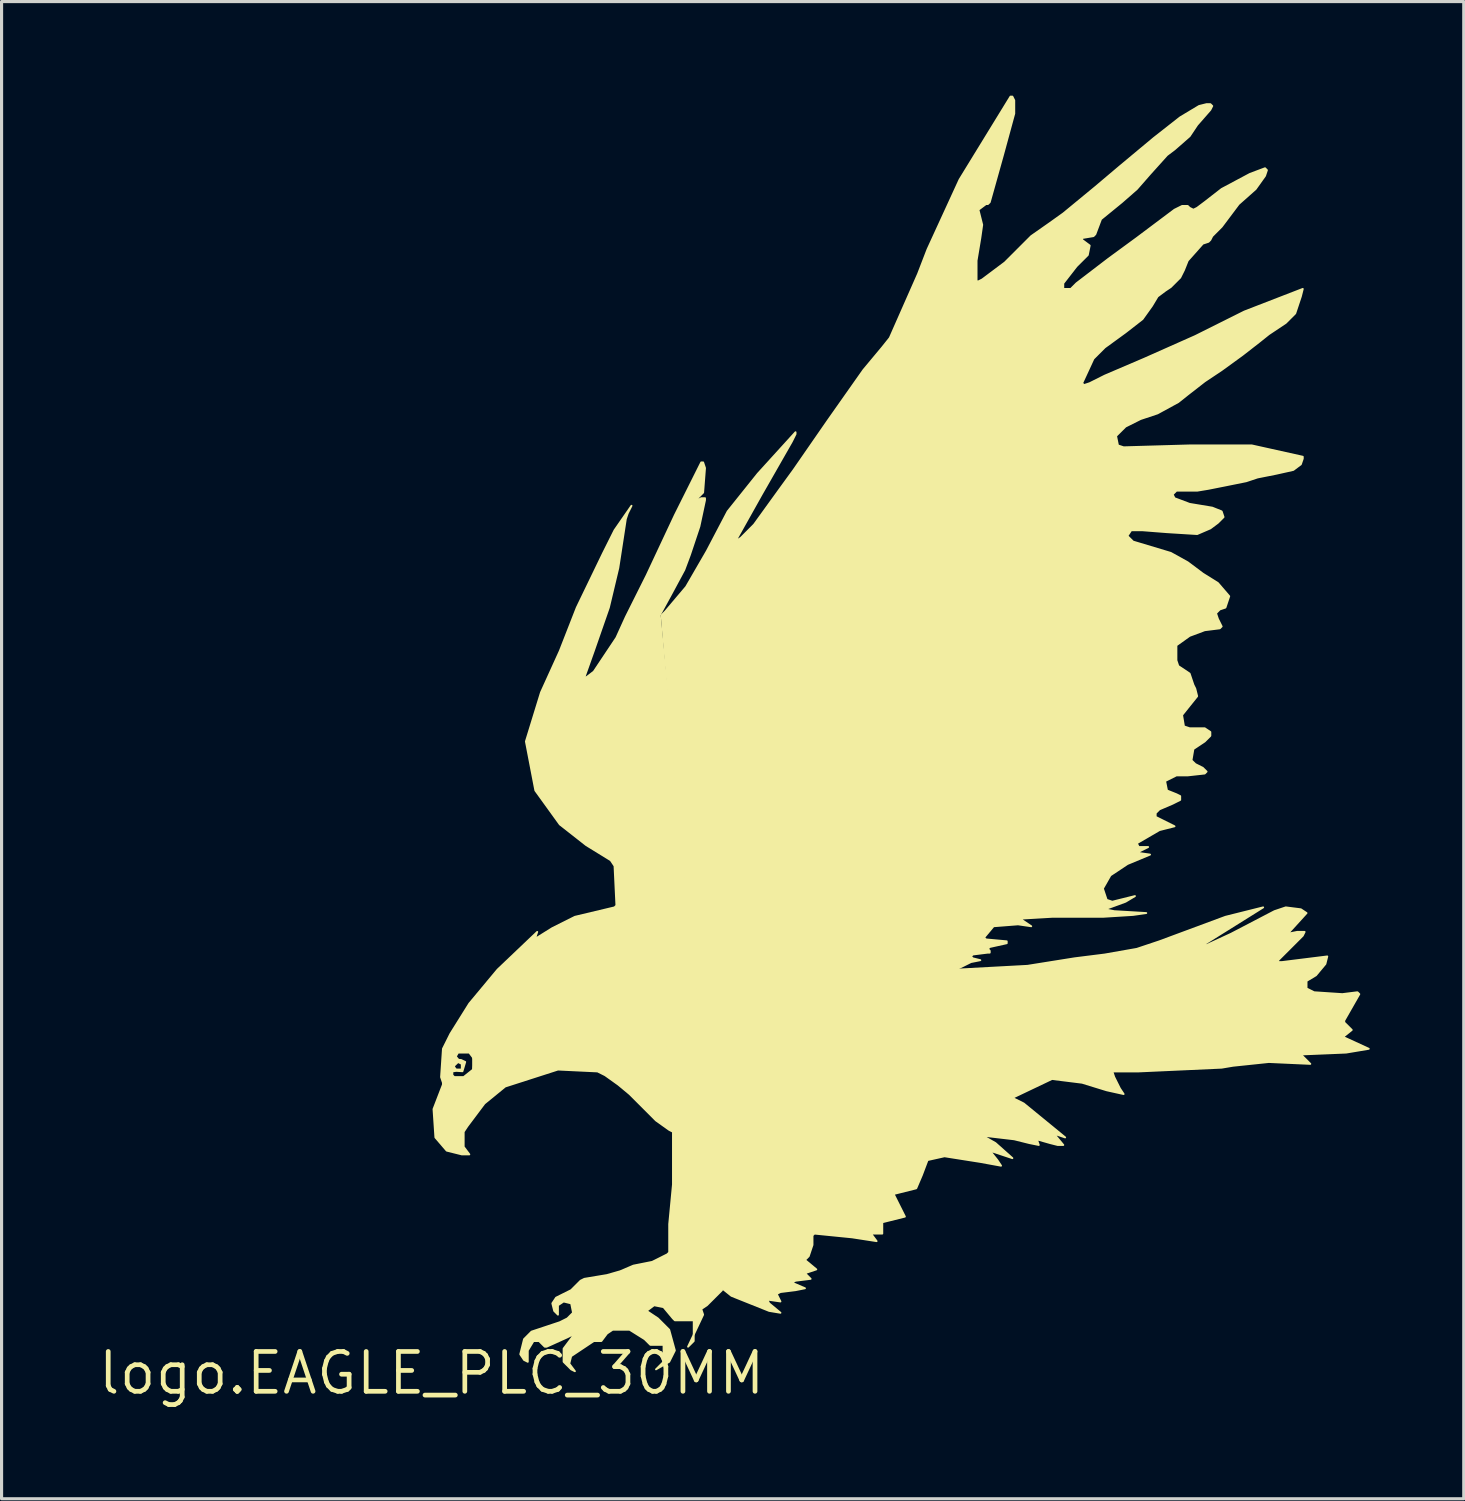
<source format=kicad_pcb>
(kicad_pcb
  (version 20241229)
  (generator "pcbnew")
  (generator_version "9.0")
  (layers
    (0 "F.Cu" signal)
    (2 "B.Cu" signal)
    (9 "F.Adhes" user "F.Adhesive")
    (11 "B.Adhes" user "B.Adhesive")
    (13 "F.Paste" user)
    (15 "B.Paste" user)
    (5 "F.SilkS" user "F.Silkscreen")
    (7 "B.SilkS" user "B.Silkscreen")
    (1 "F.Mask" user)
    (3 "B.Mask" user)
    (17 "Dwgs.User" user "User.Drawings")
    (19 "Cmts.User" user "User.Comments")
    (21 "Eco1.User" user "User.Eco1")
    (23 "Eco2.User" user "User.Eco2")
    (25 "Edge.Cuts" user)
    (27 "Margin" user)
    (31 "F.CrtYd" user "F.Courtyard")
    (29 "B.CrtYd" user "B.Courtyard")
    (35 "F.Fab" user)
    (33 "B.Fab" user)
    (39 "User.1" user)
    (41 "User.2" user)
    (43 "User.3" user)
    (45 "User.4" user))
  (footprint "logo.EAGLE_PLC_30MM"
    (layer "F.Cu")
    (at 10.712 40.731)
    (property "Reference" "logo.EAGLE_PLC_30MM" (at 0 0 0) (layer "F.SilkS") (effects (font (size 1.27 1.27) (thickness 0.15))))
    (fp_poly (pts (xy 0.601 -9.92) (xy 0.661 -10.04) (xy 0.781 -10.22) (xy 1.082 -10.341) (xy 1.383 -10.16) (xy 1.443 -9.679) (xy 1.142 -9.379) (xy 0.661 -9.379) (xy 0.541 -9.499) (xy 0.541 -9.8) (xy 0.661 -9.8) (xy 0.661 -9.679) (xy 0.661 -9.499) (xy 0.722 -9.439) (xy 1.022 -9.439) (xy 1.323 -9.679) (xy 1.383 -9.98) (xy 1.202 -10.22) (xy 0.842 -10.22) (xy 0.77 -10.095) (xy 0.856 -9.99) (xy 0.938 -9.984) (xy 1.071 -9.921) (xy 0.983 -9.625) (xy 0.783 -9.637) (xy 0.661 -9.619) (xy 0.726 -9.747) (xy 0.781 -9.679) (xy 0.962 -9.679) (xy 0.962 -9.86) (xy 0.842 -9.92) (xy 0.716 -9.8) (xy 0.722 -9.739)) (stroke (width 0.06) (type default)) (fill yes) (layer "F.SilkS"))
    (fp_poly (pts (xy 8.357 -12.806) (xy 16.774 -12.866) (xy 18.998 -12.986) (xy 20.501 -13.226) (xy 21.463 -13.347) (xy 22.485 -13.527) (xy 23.206 -13.768) (xy 25.31 -14.549) (xy 26.513 -14.85) (xy 24.589 -13.647) (xy 24.709 -13.647) (xy 25.491 -14.008) (xy 26.874 -14.729) (xy 27.234 -14.85) (xy 27.715 -14.789) (xy 27.896 -14.669) (xy 27.295 -14.008) (xy 27.595 -14.068) (xy 27.835 -14.068) (xy 27.776 -13.948) (xy 26.994 -13.166) (xy 26.994 -13.106) (xy 27.114 -13.106) (xy 28.557 -13.286) (xy 28.497 -13.046) (xy 28.196 -12.685) (xy 27.896 -12.505) (xy 27.896 -12.265) (xy 28.136 -12.144) (xy 29.038 -12.084) (xy 29.519 -12.144) (xy 29.579 -12.084) (xy 29.098 -11.242) (xy 29.098 -11.182) (xy 29.338 -10.942) (xy 29.038 -10.701) (xy 29.098 -10.701) (xy 29.88 -10.341) (xy 29.158 -10.22) (xy 27.715 -10.16) (xy 28.016 -9.86) (xy 26.693 -9.92) (xy 25.551 -9.8) (xy 25.19 -9.739) (xy 22.545 -9.619) (xy 21.703 -9.619) (xy 21.764 -9.439) (xy 21.944 -9.078) (xy 22.064 -8.898) (xy 21.523 -9.018) (xy 20.741 -9.259) (xy 19.78 -9.379) (xy 18.517 -8.777) (xy 18.878 -8.597) (xy 20.2 -7.515) (xy 19.84 -7.635) (xy 20.14 -7.274) (xy 19.96 -7.274) (xy 19.719 -7.335) (xy 19.298 -7.455) (xy 19.359 -7.274) (xy 19.058 -7.335) (xy 18.577 -7.455) (xy 17.555 -7.575) (xy 17.976 -7.335) (xy 18.517 -6.854) (xy 17.795 -7.094) (xy 18.036 -6.793) (xy 18.156 -6.613) (xy 17.495 -6.734) (xy 16.353 -6.914) (xy 15.812 -6.793) (xy 15.631 -6.313) (xy 15.451 -5.892) (xy 14.729 -5.711) (xy 15.09 -4.99) (xy 14.369 -4.81) (xy 14.369 -4.449) (xy 14.008 -4.449) (xy 14.188 -4.208) (xy 13.407 -4.329) (xy 12.204 -4.449) (xy 12.144 -4.389) (xy 12.144 -4.208) (xy 12.144 -4.088) (xy 12.024 -3.728) (xy 11.904 -3.607) (xy 12.265 -3.307) (xy 11.904 -3.186) (xy 12.084 -3.006) (xy 11.603 -2.946) (xy 11.483 -2.886) (xy 11.904 -2.705) (xy 11.603 -2.645) (xy 11.122 -2.585) (xy 11.002 -2.525) (xy 11.122 -2.284) (xy 10.701 -2.345) (xy 10.762 -2.224) (xy 11.122 -1.924) (xy 10.762 -1.984) (xy 9.559 -2.465) (xy 9.259 -2.705)) (stroke (width 0.06) (type default)) (fill yes) (layer "F.SilkS"))
    (fp_poly (pts (xy 3.066 -0.361) (xy 2.946 -0.421) (xy 2.826 -0.601) (xy 2.946 -1.082) (xy 3.186 -1.323) (xy 3.728 -1.503) (xy 4.088 -1.623) (xy 4.329 -1.744) (xy 4.509 -1.924) (xy 4.449 -2.224) (xy 4.208 -2.284) (xy 4.028 -2.164) (xy 4.028 -1.864) (xy 3.908 -1.984) (xy 3.848 -2.224) (xy 3.968 -2.405) (xy 4.208 -2.525) (xy 4.449 -2.645) (xy 4.569 -2.765) (xy 4.75 -2.946) (xy 4.87 -3.006) (xy 5.591 -3.126) (xy 6.012 -3.247) (xy 6.433 -3.427) (xy 6.734 -3.487) (xy 7.034 -3.547) (xy 7.515 -3.788) (xy 7.575 -3.848) (xy 7.575 -4.75) (xy 7.695 -6.012) (xy 7.695 -7.695) (xy 7.575 -7.756) (xy 7.154 -8.056) (xy 6.734 -8.477) (xy 6.313 -8.898) (xy 5.952 -9.198) (xy 5.531 -9.499) (xy 5.29 -9.619) (xy 4.028 -9.679) (xy 2.345 -9.138) (xy 1.683 -8.597) (xy 1.142 -7.876) (xy 1.022 -7.695) (xy 1.022 -7.214) (xy 1.202 -6.974) (xy 0.962 -6.974) (xy 0.481 -7.094) (xy 0.12 -7.515) (xy 0.06 -8.417) (xy 0.361 -9.198) (xy 0.361 -9.259) (xy 0.301 -9.439) (xy 0.361 -10.341) (xy 0.601 -10.822) (xy 1.202 -11.783) (xy 2.104 -12.866) (xy 3.367 -14.068) (xy 3.307 -13.888) (xy 3.367 -13.888) (xy 3.848 -14.188) (xy 4.569 -14.549) (xy 5.832 -14.85) (xy 5.892 -14.91) (xy 5.832 -16.172) (xy 5.711 -16.353) (xy 4.93 -16.834) (xy 4.088 -17.495) (xy 3.307 -18.577) (xy 3.006 -20.14) (xy 3.487 -21.703) (xy 4.088 -23.026) (xy 4.629 -24.409) (xy 5.471 -26.152) (xy 5.832 -26.874) (xy 6.373 -27.655) (xy 6.253 -27.415) (xy 6.192 -27.234) (xy 5.952 -25.671) (xy 5.651 -24.409) (xy 5.17 -23.026) (xy 4.87 -22.184) (xy 4.93 -22.184) (xy 5.17 -22.365) (xy 5.892 -23.447) (xy 6.192 -24.108) (xy 6.854 -25.431) (xy 7.756 -27.355) (xy 8.597 -29.038) (xy 8.657 -29.038) (xy 8.717 -28.858) (xy 8.657 -28.076) (xy 8.477 -27.896) (xy 8.477 -27.835) (xy 8.597 -27.896) (xy 8.717 -27.896) (xy 8.717 -27.835) (xy 8.537 -26.994) (xy 8.236 -26.092) (xy 8.056 -25.611) (xy 7.635 -24.829) (xy 7.274 -24.168) (xy 8.597 -10.461) (xy 0.842 -10.28) (xy 0.601 -9.92) (xy 0.601 -9.619) (xy 0.661 -9.439) (xy 0.781 -9.379) (xy 1.022 -9.379) (xy 1.323 -9.619) (xy 1.323 -10.16) (xy 1.202 -10.28) (xy 2.104 -10.28) (xy 8.597 -10.461) (xy 9.259 -2.645) (xy 8.777 -2.164) (xy 8.597 -2.044) (xy 8.657 -1.864) (xy 8.176 -0.842) (xy 8.357 -1.022) (xy 8.357 -1.683) (xy 7.756 -1.683) (xy 7.695 -1.744) (xy 7.395 -2.104) (xy 7.094 -2.164) (xy 6.854 -1.984) (xy 7.214 -1.744) (xy 7.575 -1.383) (xy 7.756 -0.722) (xy 7.575 -0.361) (xy 7.154 -0.12) (xy 7.395 -0.361) (xy 7.395 -0.902) (xy 6.974 -0.902) (xy 6.793 -1.082) (xy 6.313 -1.383) (xy 5.771 -1.383) (xy 5.591 -1.262) (xy 5.411 -1.022) (xy 5.17 -1.022) (xy 4.629 -0.661) (xy 4.449 -0.541) (xy 4.389 -0.301) (xy 4.569 -0.06) (xy 4.449 -0.12) (xy 4.208 -0.361) (xy 4.208 -0.781) (xy 4.569 -1.262) (xy 4.329 -1.142) (xy 3.667 -0.842) (xy 3.607 -0.842) (xy 3.427 -1.022) (xy 3.247 -1.022) (xy 3.066 -0.722)) (stroke (width 0.06) (type default)) (fill yes) (layer "F.SilkS"))
    (fp_poly (pts (xy 7.335 -24.168) (xy 7.455 -24.289) (xy 8.116 -25.07) (xy 8.777 -26.212) (xy 9.439 -27.475) (xy 10.401 -28.677) (xy 11.603 -30) (xy 11.603 -29.94) (xy 11.483 -29.699) (xy 10.521 -28.016) (xy 9.679 -26.513) (xy 9.86 -26.633) (xy 10.28 -27.054) (xy 11.062 -28.136) (xy 11.543 -28.798) (xy 12.625 -30.361) (xy 13.768 -31.984) (xy 14.369 -32.705) (xy 14.609 -33.006) (xy 15.511 -35.05) (xy 15.812 -35.831) (xy 16.834 -38.056) (xy 18.457 -40.701) (xy 18.517 -40.701) (xy 18.577 -40.581) (xy 18.577 -40.16) (xy 18.216 -38.837) (xy 17.795 -37.334) (xy 17.735 -37.274) (xy 17.675 -37.274) (xy 17.435 -37.094) (xy 17.495 -36.853) (xy 17.555 -36.613) (xy 17.495 -36.192) (xy 17.375 -35.471) (xy 17.375 -34.81) (xy 17.435 -34.81) (xy 17.555 -34.87) (xy 18.277 -35.411) (xy 19.118 -36.252) (xy 19.719 -36.673) (xy 20.14 -36.974) (xy 21.162 -37.816) (xy 21.944 -38.477) (xy 23.026 -39.379) (xy 23.868 -40.04) (xy 24.469 -40.401) (xy 24.709 -40.461) (xy 24.829 -40.461) (xy 24.89 -40.401) (xy 24.829 -40.28) (xy 24.409 -39.8) (xy 24.168 -39.439) (xy 23.687 -39.018) (xy 23.447 -38.837) (xy 22.906 -38.236) (xy 22.485 -37.755) (xy 22.004 -37.334) (xy 21.343 -36.794) (xy 21.162 -36.313) (xy 21.102 -36.252) (xy 20.741 -36.192) (xy 20.741 -36.132) (xy 20.982 -35.952) (xy 20.922 -35.651) (xy 20.561 -35.291) (xy 20.14 -34.749) (xy 20.14 -34.569) (xy 20.381 -34.569) (xy 20.561 -34.749) (xy 21.583 -35.531) (xy 22.485 -36.192) (xy 23.687 -37.094) (xy 23.928 -37.214) (xy 24.108 -37.214) (xy 24.168 -37.154) (xy 24.289 -37.094) (xy 24.409 -37.154) (xy 24.649 -37.334) (xy 25.19 -37.755) (xy 26.092 -38.236) (xy 26.573 -38.417) (xy 26.633 -38.356) (xy 26.573 -38.176) (xy 26.273 -37.755) (xy 25.731 -37.274) (xy 25.19 -36.553) (xy 24.89 -36.252) (xy 24.829 -36.132) (xy 24.77 -36.072) (xy 24.589 -36.012) (xy 24.108 -35.471) (xy 23.988 -35.17) (xy 23.868 -34.93) (xy 23.567 -34.629) (xy 23.387 -34.509) (xy 23.146 -34.328) (xy 22.966 -34.028) (xy 22.665 -33.607) (xy 22.124 -33.186) (xy 21.463 -32.705) (xy 21.102 -32.344) (xy 20.741 -31.563) (xy 20.801 -31.503) (xy 20.982 -31.563) (xy 21.463 -31.804) (xy 22.725 -32.344) (xy 24.349 -33.066) (xy 25.912 -33.847) (xy 27.776 -34.569) (xy 27.715 -34.328) (xy 27.535 -33.788) (xy 27.234 -33.487) (xy 26.693 -33.126) (xy 26.393 -32.886) (xy 25.852 -32.465) (xy 25.19 -31.984) (xy 24.649 -31.623) (xy 24.108 -31.202) (xy 23.807 -30.962) (xy 23.146 -30.601) (xy 22.605 -30.421) (xy 22.124 -30.18) (xy 21.823 -29.88) (xy 21.884 -29.579) (xy 22.064 -29.519) (xy 24.168 -29.579) (xy 26.152 -29.579) (xy 27.776 -29.218) (xy 27.776 -29.158) (xy 27.715 -28.978) (xy 27.475 -28.798) (xy 26.934 -28.677) (xy 26.332 -28.557) (xy 25.972 -28.437) (xy 25.371 -28.316) (xy 24.77 -28.196) (xy 24.409 -28.136) (xy 23.747 -28.136) (xy 23.627 -28.016) (xy 23.687 -27.896) (xy 24.168 -27.715) (xy 24.89 -27.595) (xy 25.19 -27.475) (xy 25.25 -27.295) (xy 25.07 -27.114) (xy 24.829 -26.934) (xy 24.409 -26.753) (xy 23.447 -26.813) (xy 22.665 -26.874) (xy 22.304 -26.874) (xy 22.184 -26.693) (xy 22.365 -26.513) (xy 23.567 -26.152) (xy 24.108 -25.852) (xy 24.589 -25.491) (xy 25.07 -25.19) (xy 25.431 -24.77) (xy 25.31 -24.409) (xy 25.13 -24.349) (xy 25.01 -24.228) (xy 25.07 -24.048) (xy 25.19 -23.807) (xy 25.13 -23.747) (xy 24.649 -23.687) (xy 24.168 -23.507) (xy 23.747 -23.206) (xy 23.747 -23.086) (xy 23.747 -22.725) (xy 23.807 -22.545) (xy 24.168 -22.304) (xy 24.289 -21.944) (xy 24.349 -21.823) (xy 24.409 -21.583) (xy 24.168 -21.283) (xy 23.928 -20.982) (xy 23.988 -20.621) (xy 24.168 -20.561) (xy 24.649 -20.561) (xy 24.829 -20.441) (xy 24.829 -20.32) (xy 24.649 -20.14) (xy 24.289 -19.9) (xy 24.228 -19.539) (xy 24.349 -19.419) (xy 24.589 -19.298) (xy 24.709 -19.178) (xy 24.649 -19.118) (xy 24.108 -19.058) (xy 23.747 -19.058) (xy 23.387 -18.878) (xy 23.447 -18.577) (xy 23.747 -18.457) (xy 23.868 -18.397) (xy 23.868 -18.277) (xy 23.627 -18.156) (xy 23.206 -17.976) (xy 23.086 -17.856) (xy 23.086 -17.735) (xy 23.206 -17.675) (xy 23.687 -17.435) (xy 23.206 -17.314) (xy 22.485 -16.894) (xy 22.545 -16.774) (xy 22.846 -16.774) (xy 22.485 -16.593) (xy 22.906 -16.533) (xy 22.184 -16.232) (xy 21.643 -15.872) (xy 21.403 -15.451) (xy 21.523 -15.09) (xy 21.703 -15.03) (xy 22.425 -15.21) (xy 22.124 -15.03) (xy 21.463 -14.789) (xy 21.764 -14.729) (xy 22.786 -14.669) (xy 22.365 -14.609) (xy 21.403 -14.549) (xy 19.78 -14.549) (xy 18.758 -14.489) (xy 19.118 -14.248) (xy 18.697 -14.309) (xy 17.916 -14.248) (xy 17.615 -13.888) (xy 17.675 -13.828) (xy 18.337 -13.768) (xy 18.337 -13.707) (xy 17.795 -13.587) (xy 17.735 -13.527) (xy 17.795 -13.467) (xy 17.795 -13.407) (xy 17.735 -13.407) (xy 17.255 -13.347) (xy 17.194 -13.286) (xy 17.255 -13.226) (xy 17.495 -13.166) (xy 17.194 -13.106) (xy 16.713 -12.866) (xy 8.296 -12.806)) (stroke (width 0.06) (type default)) (fill yes) (layer "F.SilkS")))
  (gr_rect
    (start -3 -3)
    (end 43.621 44.737)
    (stroke (width 0.1) (type default))
    (fill no)
    (layer "Edge.Cuts")))
</source>
